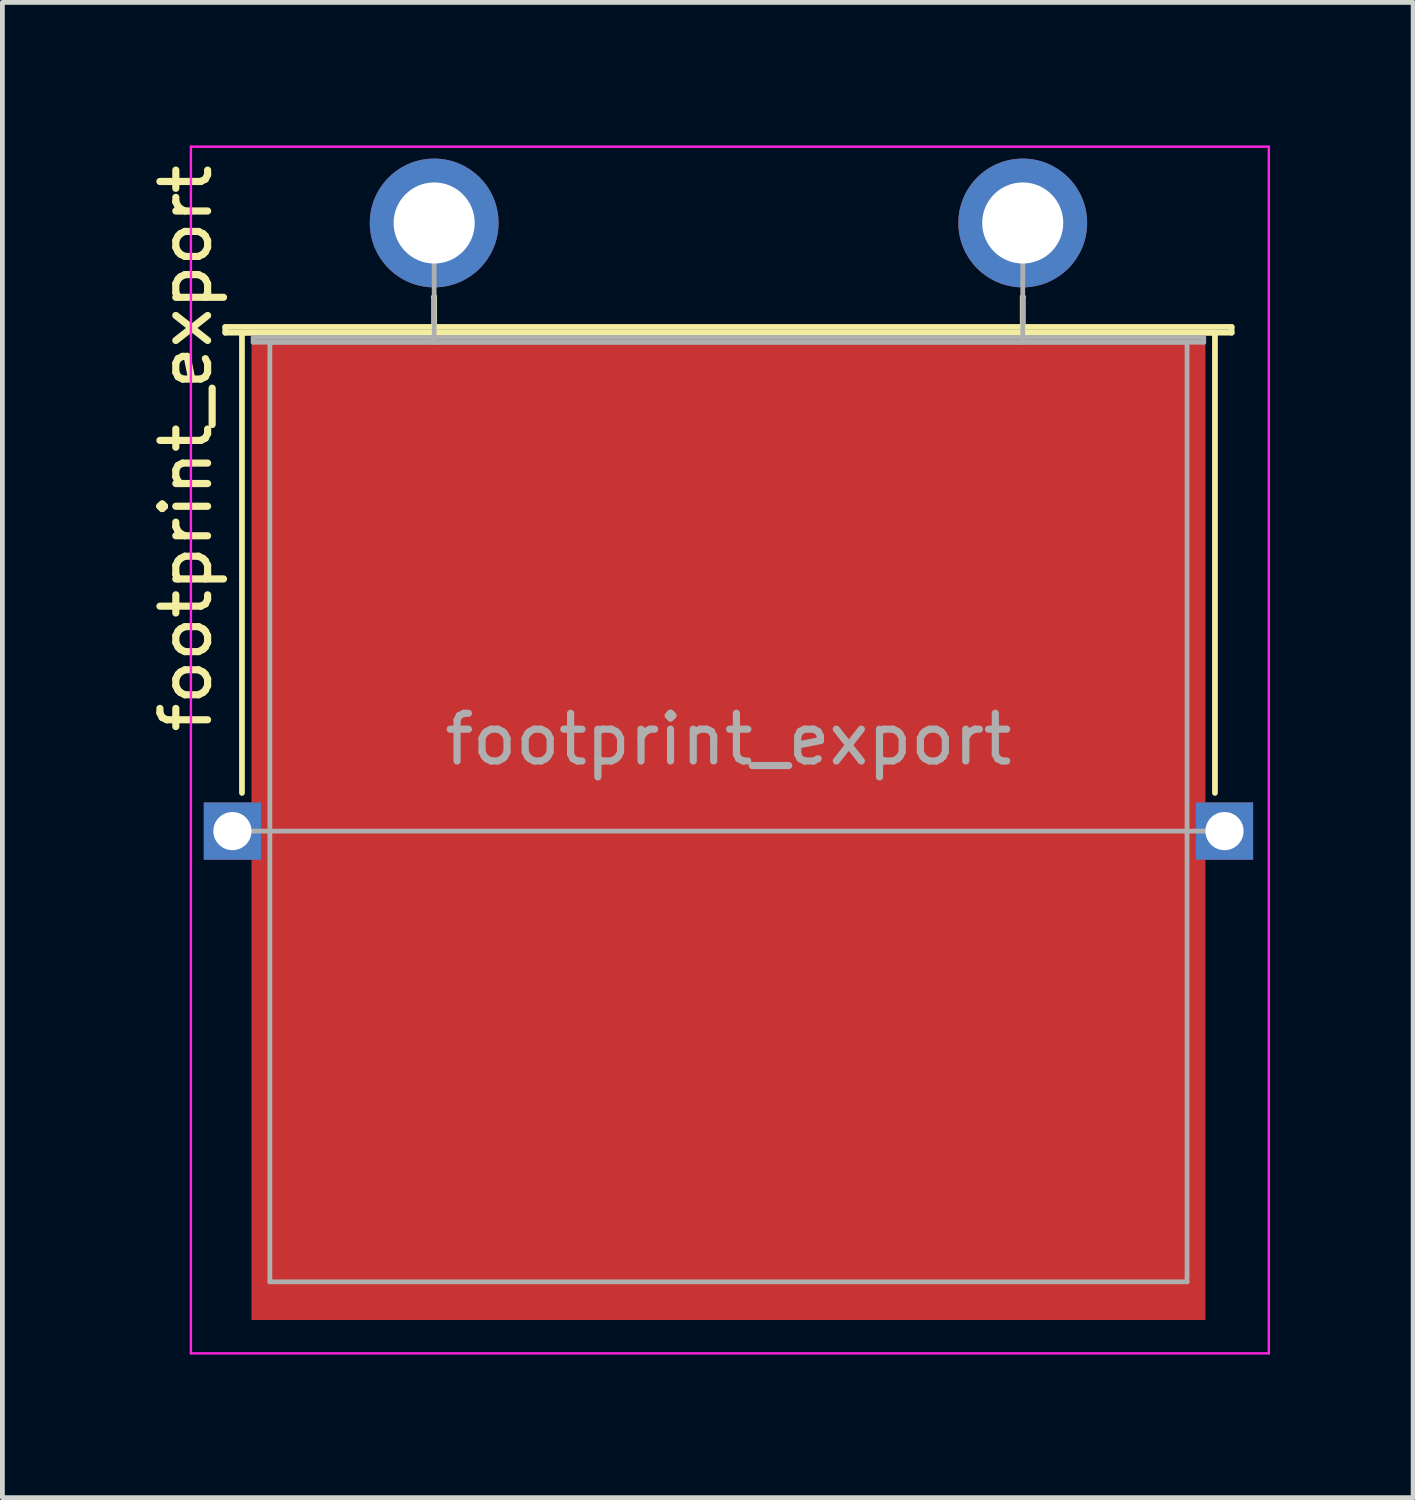
<source format=kicad_pcb>
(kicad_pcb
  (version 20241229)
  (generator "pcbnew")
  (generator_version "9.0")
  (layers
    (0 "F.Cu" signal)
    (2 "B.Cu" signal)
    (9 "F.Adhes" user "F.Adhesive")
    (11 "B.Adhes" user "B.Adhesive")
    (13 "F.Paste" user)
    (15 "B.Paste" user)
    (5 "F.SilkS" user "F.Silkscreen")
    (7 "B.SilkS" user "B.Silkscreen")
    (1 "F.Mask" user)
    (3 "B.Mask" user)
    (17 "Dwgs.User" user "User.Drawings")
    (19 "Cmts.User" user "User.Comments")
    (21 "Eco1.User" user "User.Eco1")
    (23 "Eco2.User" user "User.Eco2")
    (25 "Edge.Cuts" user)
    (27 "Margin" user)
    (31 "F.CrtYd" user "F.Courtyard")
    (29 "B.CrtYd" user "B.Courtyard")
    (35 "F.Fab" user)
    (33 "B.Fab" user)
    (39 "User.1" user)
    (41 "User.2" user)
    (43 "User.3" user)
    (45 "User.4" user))
  (footprint "footprint_export"
    (layer "F.Cu")
    (at 6.053 1.625)
    (property "Reference" "footprint_export" (at -5.205 4.725 90) (layer "F.SilkS") (effects (font (size 1 1) (thickness 0.15))))
    (attr through_hole)
    (fp_line (start -4.38 2.18) (end 16.72 2.18) (stroke (width 0.12) (type solid)) (layer "F.SilkS"))
    (fp_line (start -4.38 2.3) (end -4.38 2.18) (stroke (width 0.12) (type solid)) (layer "F.SilkS"))
    (fp_line (start -4.03 2.3) (end 16.37 2.3) (stroke (width 0.12) (type solid)) (layer "F.SilkS"))
    (fp_line (start -4.03 11.95) (end -4.03 2.3) (stroke (width 0.12) (type solid)) (layer "F.SilkS"))
    (fp_line (start 0 1.55) (end 0 1.55) (stroke (width 0.12) (type solid)) (layer "F.SilkS"))
    (fp_line (start 0 2.3) (end 0 1.55) (stroke (width 0.12) (type solid)) (layer "F.SilkS"))
    (fp_line (start 12.34 1.55) (end 12.34 1.55) (stroke (width 0.12) (type solid)) (layer "F.SilkS"))
    (fp_line (start 12.34 2.3) (end 12.34 1.55) (stroke (width 0.12) (type solid)) (layer "F.SilkS"))
    (fp_line (start 16.37 2.3) (end 16.37 11.95) (stroke (width 0.12) (type solid)) (layer "F.SilkS"))
    (fp_line (start 16.72 2.18) (end 16.72 2.3) (stroke (width 0.12) (type solid)) (layer "F.SilkS"))
    (fp_line (start 16.72 2.3) (end -4.38 2.3) (stroke (width 0.12) (type solid)) (layer "F.SilkS"))
    (fp_line (start -5.1 -1.6) (end -5.1 23.7) (stroke (width 0.05) (type solid)) (layer "F.CrtYd"))
    (fp_line (start -5.1 23.7) (end 17.5 23.7) (stroke (width 0.05) (type solid)) (layer "F.CrtYd"))
    (fp_line (start 17.5 -1.6) (end -5.1 -1.6) (stroke (width 0.05) (type solid)) (layer "F.CrtYd"))
    (fp_line (start 17.5 23.7) (end 17.5 -1.6) (stroke (width 0.05) (type solid)) (layer "F.CrtYd"))
    (fp_line (start -4.23 12.75) (end 16.57 12.75) (stroke (width 0.1) (type solid)) (layer "F.Fab"))
    (fp_line (start -3.795 2.4) (end 16.135 2.4) (stroke (width 0.1) (type solid)) (layer "F.Fab"))
    (fp_line (start -3.795 2.5) (end -3.795 2.4) (stroke (width 0.1) (type solid)) (layer "F.Fab"))
    (fp_line (start -3.445 2.5) (end -3.445 22.2) (stroke (width 0.1) (type solid)) (layer "F.Fab"))
    (fp_line (start -3.445 22.2) (end 15.785 22.2) (stroke (width 0.1) (type solid)) (layer "F.Fab"))
    (fp_line (start 0 1.25) (end 0 0) (stroke (width 0.1) (type solid)) (layer "F.Fab"))
    (fp_line (start 0 2.5) (end 0 1.25) (stroke (width 0.1) (type solid)) (layer "F.Fab"))
    (fp_line (start 12.34 1.25) (end 12.34 0) (stroke (width 0.1) (type solid)) (layer "F.Fab"))
    (fp_line (start 12.34 2.5) (end 12.34 1.25) (stroke (width 0.1) (type solid)) (layer "F.Fab"))
    (fp_line (start 15.785 2.5) (end -3.445 2.5) (stroke (width 0.1) (type solid)) (layer "F.Fab"))
    (fp_line (start 15.785 22.2) (end 15.785 2.5) (stroke (width 0.1) (type solid)) (layer "F.Fab"))
    (fp_line (start 16.135 2.4) (end 16.135 2.5) (stroke (width 0.1) (type solid)) (layer "F.Fab"))
    (fp_line (start 16.135 2.5) (end -3.795 2.5) (stroke (width 0.1) (type solid)) (layer "F.Fab"))
    (fp_text user "${REFERENCE}" (at 6.17 10.825 0) (layer "F.Fab") (effects (font (size 1 1) (thickness 0.15))))
    (pad "1" thru_hole circle (at 0 0) (size 2.7 2.7) (drill 1.7) (layers "*.Cu" "*.Mask"))
    (pad "2" thru_hole circle (at 12.34 0) (size 2.7 2.7) (drill 1.7) (layers "*.Cu" "*.Mask"))
    (pad "3" thru_hole rect (at -4.23 12.75) (size 1.2 1.2) (drill 0.8) (layers "*.Cu" "*.Mask"))
    (pad "3" smd rect (at 6.17 12.75) (size 20 20.5) (layers "F.Cu" "F.Mask" "F.Paste"))
    (pad "3" thru_hole rect (at 16.57 12.75) (size 1.2 1.2) (drill 0.8) (layers "*.Cu" "*.Mask")))
  (gr_rect
    (start -3 -3)
    (end 26.578 28.35)
    (stroke (width 0.1) (type default))
    (fill no)
    (layer "Edge.Cuts")))
</source>
